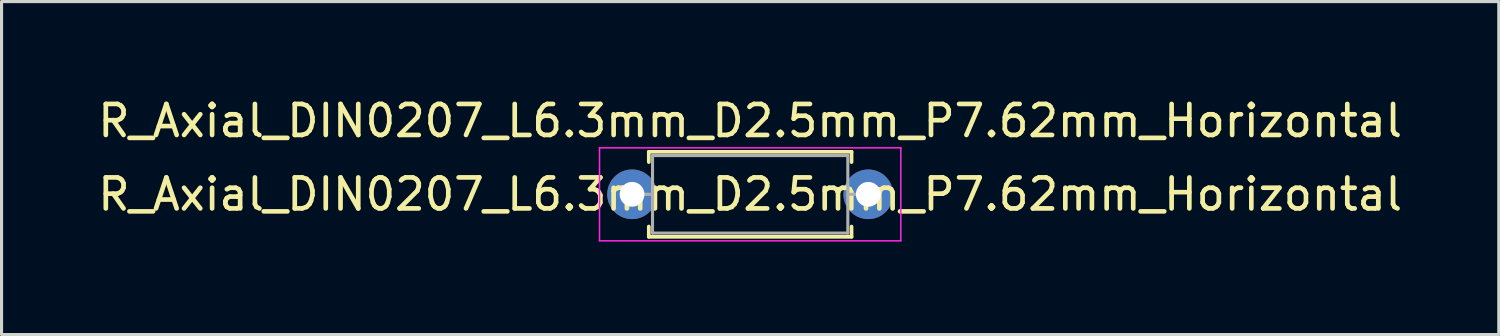
<source format=kicad_pcb>
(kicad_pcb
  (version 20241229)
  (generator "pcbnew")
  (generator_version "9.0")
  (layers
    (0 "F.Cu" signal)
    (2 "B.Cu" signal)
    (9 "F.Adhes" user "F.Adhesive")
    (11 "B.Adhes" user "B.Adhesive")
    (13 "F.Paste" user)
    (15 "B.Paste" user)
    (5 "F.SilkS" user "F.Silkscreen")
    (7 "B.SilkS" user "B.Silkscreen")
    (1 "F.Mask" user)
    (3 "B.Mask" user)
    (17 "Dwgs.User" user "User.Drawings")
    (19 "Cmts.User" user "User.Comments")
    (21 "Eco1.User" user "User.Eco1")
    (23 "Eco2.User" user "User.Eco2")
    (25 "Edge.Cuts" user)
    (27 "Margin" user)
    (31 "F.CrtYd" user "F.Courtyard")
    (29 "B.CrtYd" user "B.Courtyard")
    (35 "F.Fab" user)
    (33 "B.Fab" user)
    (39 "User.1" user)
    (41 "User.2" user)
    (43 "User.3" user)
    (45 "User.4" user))
  (footprint "R_Axial_DIN0207_L6.3mm_D2.5mm_P7.62mm_Horizontal"
    (layer "F.Cu")
    (at 17.339 3.218)
    (property "Reference" "R_Axial_DIN0207_L6.3mm_D2.5mm_P7.62mm_Horizontal" (at 3.81 -2.37 0) (layer "F.SilkS") (effects (font (size 1 1) (thickness 0.15))))
    (property "Value" "R_Axial_DIN0207_L6.3mm_D2.5mm_P7.62mm_Horizontal" (at 3.81 2.37 0) (layer "F.Fab") (hide yes) (effects (font (size 1 1) (thickness 0.15))))
    (attr through_hole)
    (fp_line (start 0.54 -1.37) (end 7.08 -1.37) (stroke (width 0.12) (type solid)) (layer "F.SilkS"))
    (fp_line (start 0.54 -1.04) (end 0.54 -1.37) (stroke (width 0.12) (type solid)) (layer "F.SilkS"))
    (fp_line (start 0.54 1.04) (end 0.54 1.37) (stroke (width 0.12) (type solid)) (layer "F.SilkS"))
    (fp_line (start 0.54 1.37) (end 7.08 1.37) (stroke (width 0.12) (type solid)) (layer "F.SilkS"))
    (fp_line (start 7.08 -1.37) (end 7.08 -1.04) (stroke (width 0.12) (type solid)) (layer "F.SilkS"))
    (fp_line (start 7.08 1.37) (end 7.08 1.04) (stroke (width 0.12) (type solid)) (layer "F.SilkS"))
    (fp_line (start -1.05 -1.5) (end -1.05 1.5) (stroke (width 0.05) (type solid)) (layer "F.CrtYd"))
    (fp_line (start -1.05 1.5) (end 8.67 1.5) (stroke (width 0.05) (type solid)) (layer "F.CrtYd"))
    (fp_line (start 8.67 -1.5) (end -1.05 -1.5) (stroke (width 0.05) (type solid)) (layer "F.CrtYd"))
    (fp_line (start 8.67 1.5) (end 8.67 -1.5) (stroke (width 0.05) (type solid)) (layer "F.CrtYd"))
    (fp_line (start 0 0) (end 0.66 0) (stroke (width 0.1) (type solid)) (layer "F.Fab"))
    (fp_line (start 0.66 -1.25) (end 0.66 1.25) (stroke (width 0.1) (type solid)) (layer "F.Fab"))
    (fp_line (start 0.66 1.25) (end 6.96 1.25) (stroke (width 0.1) (type solid)) (layer "F.Fab"))
    (fp_line (start 6.96 -1.25) (end 0.66 -1.25) (stroke (width 0.1) (type solid)) (layer "F.Fab"))
    (fp_line (start 6.96 1.25) (end 6.96 -1.25) (stroke (width 0.1) (type solid)) (layer "F.Fab"))
    (fp_line (start 7.62 0) (end 6.96 0) (stroke (width 0.1) (type solid)) (layer "F.Fab"))
    (fp_text user "${VALUE}" (at 3.81 0 0) (layer "F.SilkS") (effects (font (size 1 1) (thickness 0.15))))
    (pad "1" thru_hole circle (at 0 0) (size 1.6 1.6) (drill 0.8) (layers "*.Cu" "*.Mask"))
    (pad "2" thru_hole oval (at 7.62 0) (size 1.6 1.6) (drill 0.8) (layers "*.Cu" "*.Mask")))
  (gr_rect
    (start -3 -3)
    (end 45.298 7.743)
    (stroke (width 0.1) (type default))
    (fill no)
    (layer "Edge.Cuts")))
</source>
